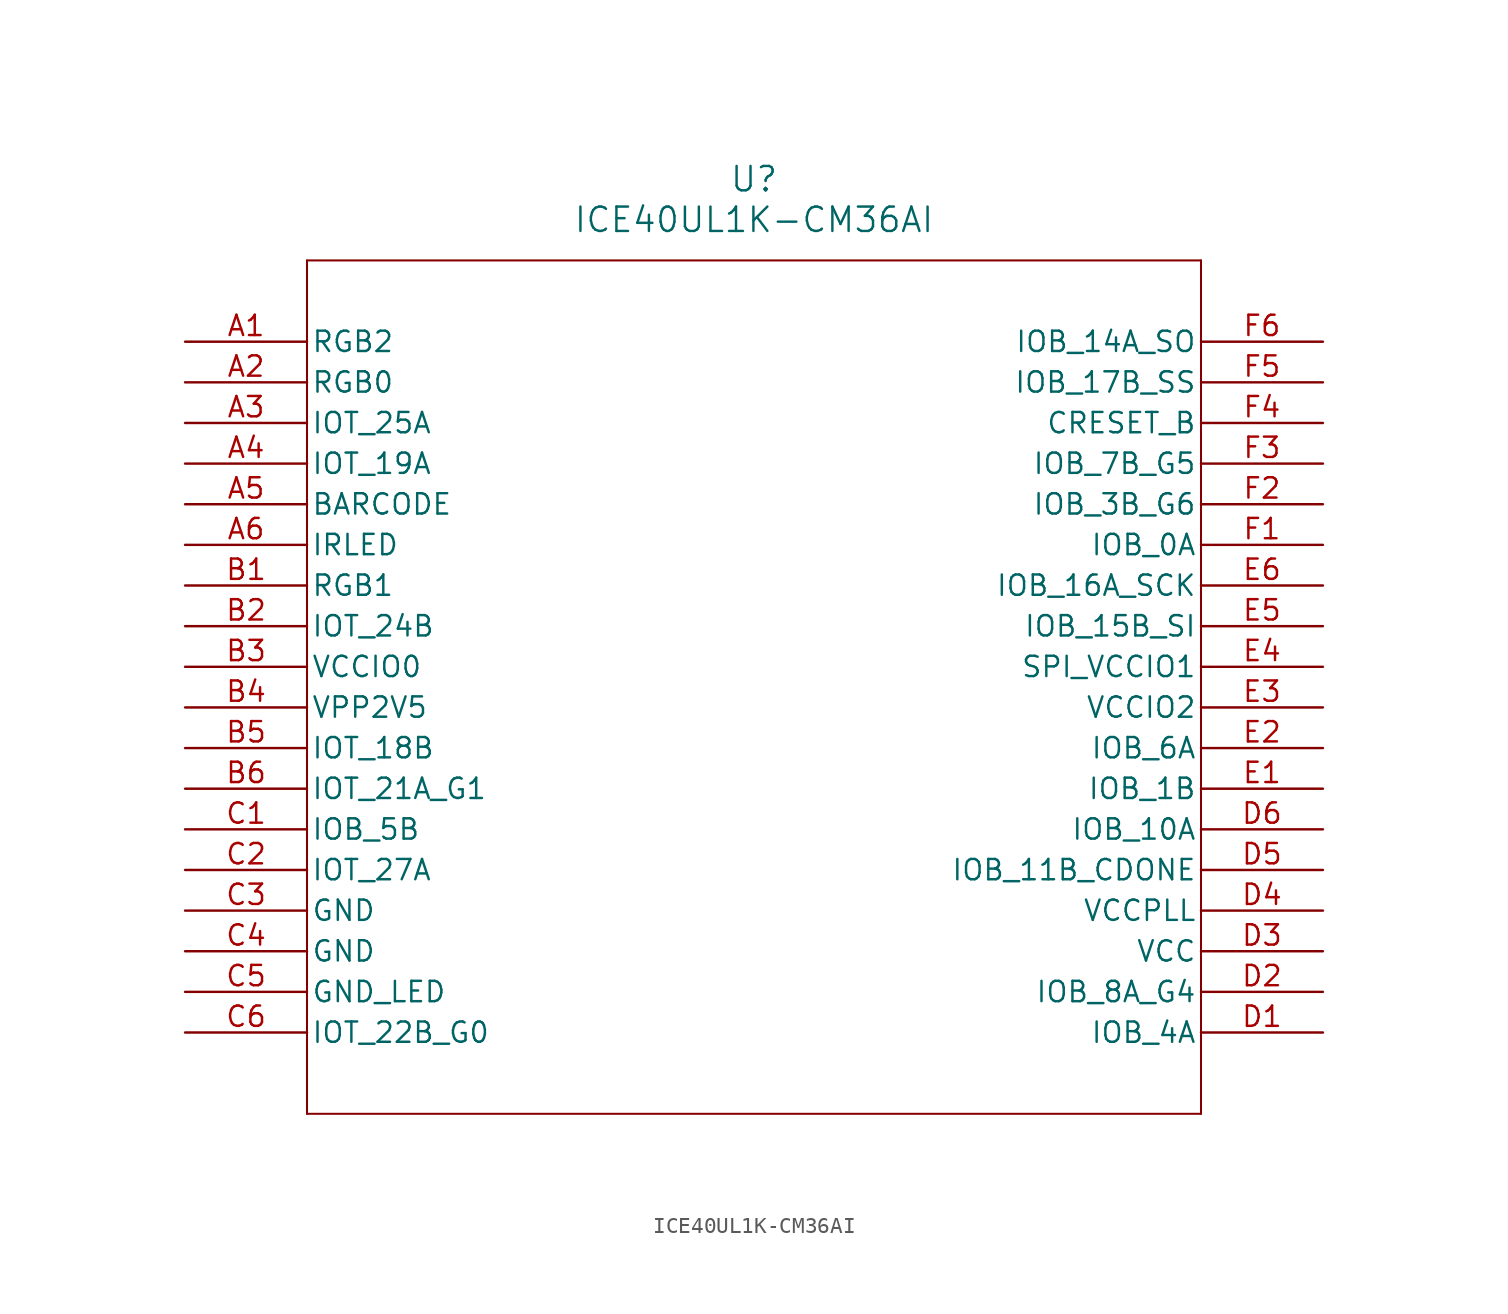
<source format=kicad_sym>
(kicad_symbol_lib
  (version 20211014)
  (generator kicad_symbol_editor)
  (symbol "ICE40UL1K-CM36AI"
    (pin_names
      (offset 0.254))
    (property "Reference" "U"
      (at 35.56 10.16 0)
      (effects (font (size 1.524 1.524))))
    (property "Value" "ICE40UL1K-CM36AI"
      (at 35.56 7.62 0)
      (effects (font (size 1.524 1.524))))
    (symbol "ICE40UL1K-CM36AI_0_1"
      (polyline (pts (xy 7.62 5.08) (xy 7.62 -48.26)) (stroke (width 0.127) (type default) (color 0 0 0 0)) (fill (type none)))
      (polyline (pts (xy 7.62 -48.26) (xy 63.5 -48.26)) (stroke (width 0.127) (type default) (color 0 0 0 0)) (fill (type none)))
      (polyline (pts (xy 63.5 -48.26) (xy 63.5 5.08)) (stroke (width 0.127) (type default) (color 0 0 0 0)) (fill (type none)))
      (polyline (pts (xy 63.5 5.08) (xy 7.62 5.08)) (stroke (width 0.127) (type default) (color 0 0 0 0)) (fill (type none)))
      (pin bidirectional line (at 0 0 0) (length 7.62) (name "RGB2" (effects (font (size 1.27 1.27)))) (number "A1" (effects (font (size 1.27 1.27)))))
      (pin bidirectional line (at 0 -2.54 0) (length 7.62) (name "RGB0" (effects (font (size 1.27 1.27)))) (number "A2" (effects (font (size 1.27 1.27)))))
      (pin bidirectional line (at 0 -5.08 0) (length 7.62) (name "IOT_25A" (effects (font (size 1.27 1.27)))) (number "A3" (effects (font (size 1.27 1.27)))))
      (pin bidirectional line (at 0 -7.62 0) (length 7.62) (name "IOT_19A" (effects (font (size 1.27 1.27)))) (number "A4" (effects (font (size 1.27 1.27)))))
      (pin unspecified line (at 0 -10.16 0) (length 7.62) (name "BARCODE" (effects (font (size 1.27 1.27)))) (number "A5" (effects (font (size 1.27 1.27)))))
      (pin unspecified line (at 0 -12.7 0) (length 7.62) (name "IRLED" (effects (font (size 1.27 1.27)))) (number "A6" (effects (font (size 1.27 1.27)))))
      (pin bidirectional line (at 0 -15.24 0) (length 7.62) (name "RGB1" (effects (font (size 1.27 1.27)))) (number "B1" (effects (font (size 1.27 1.27)))))
      (pin bidirectional line (at 0 -17.78 0) (length 7.62) (name "IOT_24B" (effects (font (size 1.27 1.27)))) (number "B2" (effects (font (size 1.27 1.27)))))
      (pin power_in line (at 0 -20.32 0) (length 7.62) (name "VCCIO0" (effects (font (size 1.27 1.27)))) (number "B3" (effects (font (size 1.27 1.27)))))
      (pin power_in line (at 0 -22.86 0) (length 7.62) (name "VPP2V5" (effects (font (size 1.27 1.27)))) (number "B4" (effects (font (size 1.27 1.27)))))
      (pin bidirectional line (at 0 -25.4 0) (length 7.62) (name "IOT_18B" (effects (font (size 1.27 1.27)))) (number "B5" (effects (font (size 1.27 1.27)))))
      (pin bidirectional line (at 0 -27.94 0) (length 7.62) (name "IOT_21A_G1" (effects (font (size 1.27 1.27)))) (number "B6" (effects (font (size 1.27 1.27)))))
      (pin bidirectional line (at 0 -30.48 0) (length 7.62) (name "IOB_5B" (effects (font (size 1.27 1.27)))) (number "C1" (effects (font (size 1.27 1.27)))))
      (pin bidirectional line (at 0 -33.02 0) (length 7.62) (name "IOT_27A" (effects (font (size 1.27 1.27)))) (number "C2" (effects (font (size 1.27 1.27)))))
      (pin power_out line (at 0 -35.56 0) (length 7.62) (name "GND" (effects (font (size 1.27 1.27)))) (number "C3" (effects (font (size 1.27 1.27)))))
      (pin power_out line (at 0 -38.1 0) (length 7.62) (name "GND" (effects (font (size 1.27 1.27)))) (number "C4" (effects (font (size 1.27 1.27)))))
      (pin power_out line (at 0 -40.64 0) (length 7.62) (name "GND_LED" (effects (font (size 1.27 1.27)))) (number "C5" (effects (font (size 1.27 1.27)))))
      (pin bidirectional line (at 0 -43.18 0) (length 7.62) (name "IOT_22B_G0" (effects (font (size 1.27 1.27)))) (number "C6" (effects (font (size 1.27 1.27)))))
      (pin bidirectional line (at 71.12 -43.18 180) (length 7.62) (name "IOB_4A" (effects (font (size 1.27 1.27)))) (number "D1" (effects (font (size 1.27 1.27)))))
      (pin bidirectional line (at 71.12 -40.64 180) (length 7.62) (name "IOB_8A_G4" (effects (font (size 1.27 1.27)))) (number "D2" (effects (font (size 1.27 1.27)))))
      (pin power_in line (at 71.12 -38.1 180) (length 7.62) (name "VCC" (effects (font (size 1.27 1.27)))) (number "D3" (effects (font (size 1.27 1.27)))))
      (pin power_in line (at 71.12 -35.56 180) (length 7.62) (name "VCCPLL" (effects (font (size 1.27 1.27)))) (number "D4" (effects (font (size 1.27 1.27)))))
      (pin bidirectional line (at 71.12 -33.02 180) (length 7.62) (name "IOB_11B_CDONE" (effects (font (size 1.27 1.27)))) (number "D5" (effects (font (size 1.27 1.27)))))
      (pin bidirectional line (at 71.12 -30.48 180) (length 7.62) (name "IOB_10A" (effects (font (size 1.27 1.27)))) (number "D6" (effects (font (size 1.27 1.27)))))
      (pin bidirectional line (at 71.12 -27.94 180) (length 7.62) (name "IOB_1B" (effects (font (size 1.27 1.27)))) (number "E1" (effects (font (size 1.27 1.27)))))
      (pin bidirectional line (at 71.12 -25.4 180) (length 7.62) (name "IOB_6A" (effects (font (size 1.27 1.27)))) (number "E2" (effects (font (size 1.27 1.27)))))
      (pin power_in line (at 71.12 -22.86 180) (length 7.62) (name "VCCIO2" (effects (font (size 1.27 1.27)))) (number "E3" (effects (font (size 1.27 1.27)))))
      (pin power_in line (at 71.12 -20.32 180) (length 7.62) (name "SPI_VCCIO1" (effects (font (size 1.27 1.27)))) (number "E4" (effects (font (size 1.27 1.27)))))
      (pin bidirectional line (at 71.12 -17.78 180) (length 7.62) (name "IOB_15B_SI" (effects (font (size 1.27 1.27)))) (number "E5" (effects (font (size 1.27 1.27)))))
      (pin bidirectional line (at 71.12 -15.24 180) (length 7.62) (name "IOB_16A_SCK" (effects (font (size 1.27 1.27)))) (number "E6" (effects (font (size 1.27 1.27)))))
      (pin bidirectional line (at 71.12 -12.7 180) (length 7.62) (name "IOB_0A" (effects (font (size 1.27 1.27)))) (number "F1" (effects (font (size 1.27 1.27)))))
      (pin bidirectional line (at 71.12 -10.16 180) (length 7.62) (name "IOB_3B_G6" (effects (font (size 1.27 1.27)))) (number "F2" (effects (font (size 1.27 1.27)))))
      (pin bidirectional line (at 71.12 -7.62 180) (length 7.62) (name "IOB_7B_G5" (effects (font (size 1.27 1.27)))) (number "F3" (effects (font (size 1.27 1.27)))))
      (pin unspecified line (at 71.12 -5.08 180) (length 7.62) (name "CRESET_B" (effects (font (size 1.27 1.27)))) (number "F4" (effects (font (size 1.27 1.27)))))
      (pin bidirectional line (at 71.12 -2.54 180) (length 7.62) (name "IOB_17B_SS" (effects (font (size 1.27 1.27)))) (number "F5" (effects (font (size 1.27 1.27)))))
      (pin bidirectional line (at 71.12 0 180) (length 7.62) (name "IOB_14A_SO" (effects (font (size 1.27 1.27)))) (number "F6" (effects (font (size 1.27 1.27))))))))
</source>
